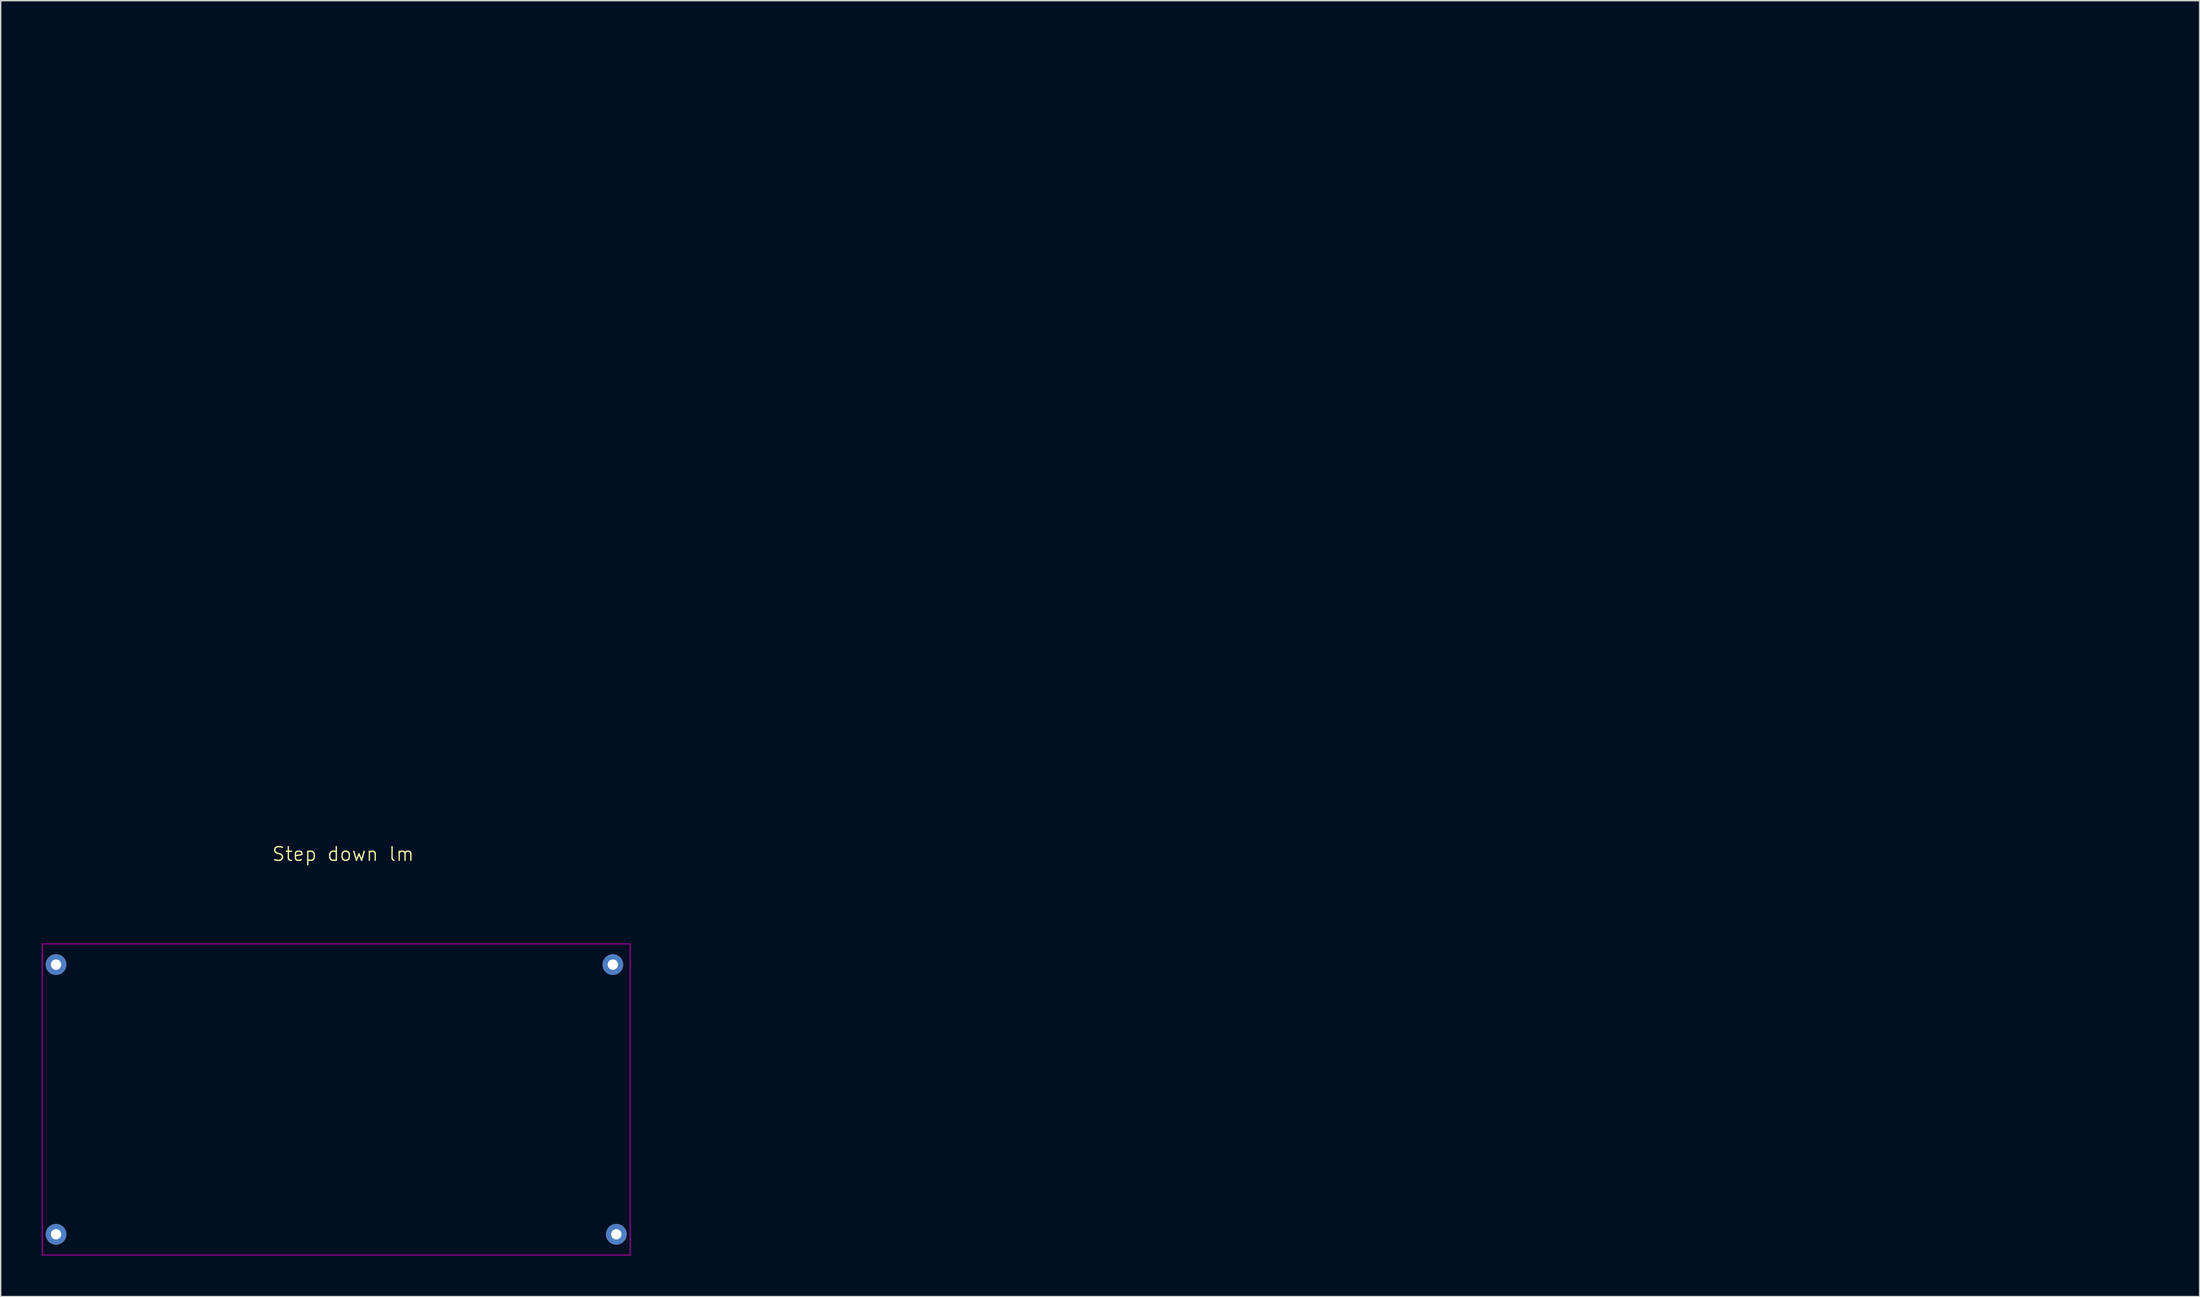
<source format=kicad_pcb>
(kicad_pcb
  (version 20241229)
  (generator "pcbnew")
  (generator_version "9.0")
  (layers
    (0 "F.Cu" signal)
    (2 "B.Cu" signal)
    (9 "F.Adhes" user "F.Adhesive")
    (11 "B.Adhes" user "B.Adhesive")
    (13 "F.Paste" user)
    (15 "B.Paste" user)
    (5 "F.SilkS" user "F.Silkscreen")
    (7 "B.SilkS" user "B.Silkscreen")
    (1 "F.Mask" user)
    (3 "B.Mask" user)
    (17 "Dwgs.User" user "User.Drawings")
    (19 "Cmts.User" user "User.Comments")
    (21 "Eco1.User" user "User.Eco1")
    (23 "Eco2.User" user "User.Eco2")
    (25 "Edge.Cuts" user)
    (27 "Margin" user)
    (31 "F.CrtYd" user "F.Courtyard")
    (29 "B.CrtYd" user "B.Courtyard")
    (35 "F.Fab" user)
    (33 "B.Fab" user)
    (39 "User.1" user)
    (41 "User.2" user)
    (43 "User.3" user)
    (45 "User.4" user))
  (footprint "Step down lm"
    (layer "F.Cu")
    (at 155.244 0.25)
    (property "Reference" "Step down lm" (at -133.096 59.444 0) (unlocked yes) (layer "F.SilkS") (effects (font (size 1 1) (thickness 0.1))))
    (attr through_hole)
    (fp_rect (start -112.014 66.04) (end -155.194 88.9) (stroke (width 0.1) (type default)) (fill no) (layer "F.Adhes"))
    (pad "VIN+" thru_hole circle (at -154.178 87.376) (size 1.524 1.524) (drill 0.762) (layers "*.Cu" "*.Mask"))
    (pad "VIN+" thru_hole circle (at -113.03 87.376) (size 1.524 1.524) (drill 0.762) (layers "*.Cu" "*.Mask"))
    (pad "VIN-" thru_hole circle (at -154.178 67.564) (size 1.524 1.524) (drill 0.762) (layers "*.Cu" "*.Mask"))
    (pad "VIN-" thru_hole circle (at -113.284 67.564) (size 1.524 1.524) (drill 0.762) (layers "*.Cu" "*.Mask")))
  (gr_rect
    (start -3 -3)
    (end 158.494 92.2)
    (stroke (width 0.1) (type default))
    (fill no)
    (layer "Edge.Cuts")))
</source>
